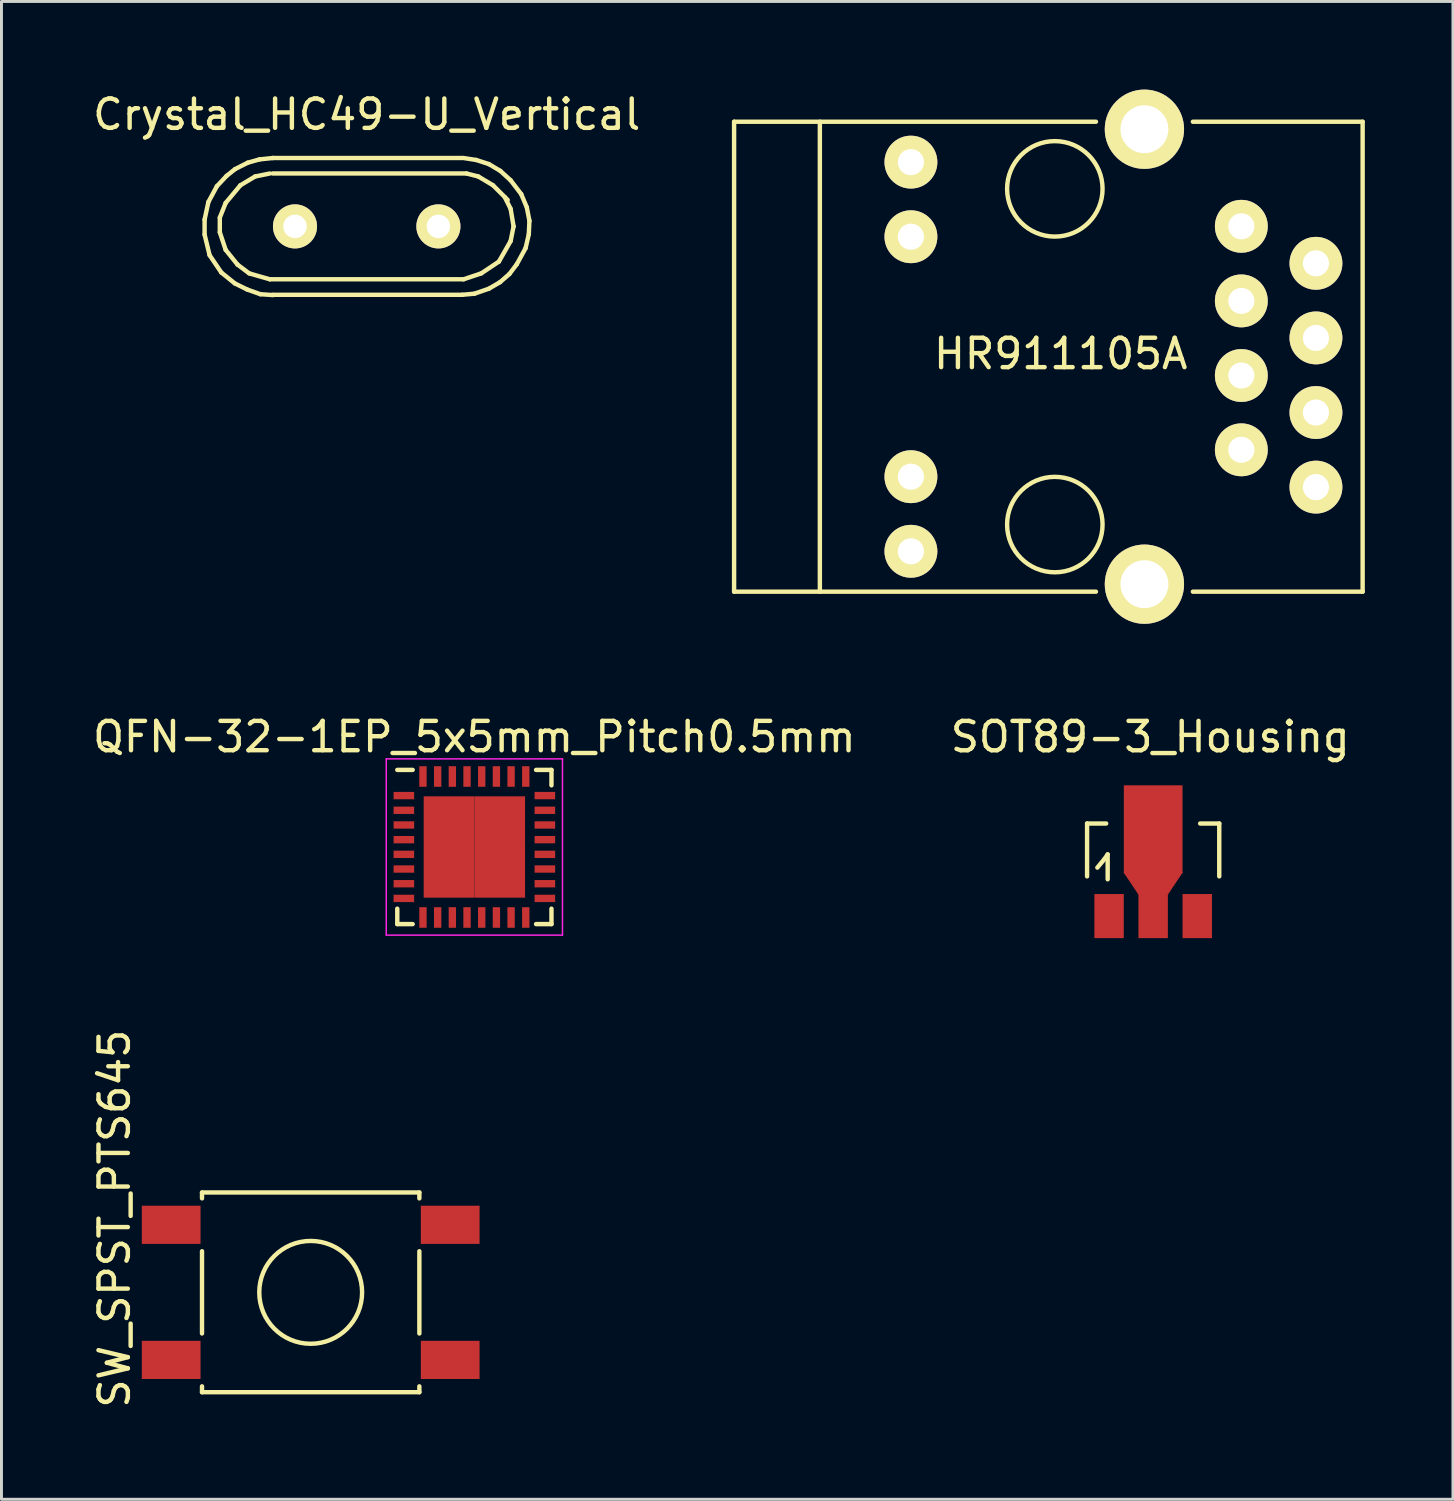
<source format=kicad_pcb>
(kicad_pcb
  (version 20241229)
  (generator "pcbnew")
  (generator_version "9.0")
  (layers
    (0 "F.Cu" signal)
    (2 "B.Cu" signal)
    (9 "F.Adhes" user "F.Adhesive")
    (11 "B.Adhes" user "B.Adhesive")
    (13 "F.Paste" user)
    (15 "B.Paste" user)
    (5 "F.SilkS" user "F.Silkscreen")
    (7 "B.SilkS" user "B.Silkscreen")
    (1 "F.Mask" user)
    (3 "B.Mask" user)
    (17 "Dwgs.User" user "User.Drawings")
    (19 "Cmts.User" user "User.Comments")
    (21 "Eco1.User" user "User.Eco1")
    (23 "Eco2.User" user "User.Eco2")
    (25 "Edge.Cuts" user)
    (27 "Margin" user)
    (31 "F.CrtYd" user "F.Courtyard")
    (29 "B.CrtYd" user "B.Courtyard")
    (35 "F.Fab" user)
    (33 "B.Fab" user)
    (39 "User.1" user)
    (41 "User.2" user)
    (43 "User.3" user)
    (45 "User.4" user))
  (footprint "HR911105A"
    (layer "F.Cu")
    (at 32.864 9.095)
    (property "Reference" "HR911105A" (at 0.2 -0.1 0) (layer "F.SilkS") (effects (font (size 1 1) (thickness 0.15))))
    (attr through_hole)
    (fp_line (start -10.92 -8) (end -10.92 8) (stroke (width 0.15) (type solid)) (layer "F.SilkS"))
    (fp_line (start -10.92 -8) (end 1.4 -8) (stroke (width 0.15) (type solid)) (layer "F.SilkS"))
    (fp_line (start -10.92 8) (end 1.4 8) (stroke (width 0.15) (type solid)) (layer "F.SilkS"))
    (fp_line (start -8 -8) (end -8 8) (stroke (width 0.15) (type solid)) (layer "F.SilkS"))
    (fp_line (start 10.48 -8) (end 4.7 -8) (stroke (width 0.15) (type solid)) (layer "F.SilkS"))
    (fp_line (start 10.48 -8) (end 10.48 8) (stroke (width 0.15) (type solid)) (layer "F.SilkS"))
    (fp_line (start 10.48 8) (end 4.7 8) (stroke (width 0.15) (type solid)) (layer "F.SilkS"))
    (fp_circle (center 0 -5.715) (end 1.625 -5.715) (stroke (width 0.15) (type solid)) (fill no) (layer "F.SilkS"))
    (fp_circle (center 0 5.715) (end 1.625 5.715) (stroke (width 0.15) (type solid)) (fill no) (layer "F.SilkS"))
    (pad "1" thru_hole circle (at 6.35 -4.44) (size 1.8 1.8) (drill 0.89) (layers "*.Cu" "*.Mask" "F.SilkS"))
    (pad "2" thru_hole circle (at 8.89 -3.18) (size 1.8 1.8) (drill 0.89) (layers "*.Cu" "*.Mask" "F.SilkS"))
    (pad "3" thru_hole circle (at 6.35 -1.9) (size 1.8 1.8) (drill 0.89) (layers "*.Cu" "*.Mask" "F.SilkS"))
    (pad "4" thru_hole circle (at 8.89 -0.64) (size 1.8 1.8) (drill 0.89) (layers "*.Cu" "*.Mask" "F.SilkS"))
    (pad "5" thru_hole circle (at 6.35 0.64) (size 1.8 1.8) (drill 0.89) (layers "*.Cu" "*.Mask" "F.SilkS"))
    (pad "6" thru_hole circle (at 8.89 1.9) (size 1.8 1.8) (drill 0.89) (layers "*.Cu" "*.Mask" "F.SilkS"))
    (pad "7" thru_hole circle (at 6.35 3.17) (size 1.8 1.8) (drill 0.89) (layers "*.Cu" "*.Mask" "F.SilkS"))
    (pad "8" thru_hole circle (at 8.89 4.44) (size 1.8 1.8) (drill 0.89) (layers "*.Cu" "*.Mask" "F.SilkS"))
    (pad "9" thru_hole circle (at -4.9 -6.625) (size 1.8 1.8) (drill 0.89) (layers "*.Cu" "*.Mask" "F.SilkS"))
    (pad "10" thru_hole circle (at -4.9 -4.085) (size 1.8 1.8) (drill 0.89) (layers "*.Cu" "*.Mask" "F.SilkS"))
    (pad "11" thru_hole circle (at -4.9 4.085) (size 1.8 1.8) (drill 0.89) (layers "*.Cu" "*.Mask" "F.SilkS"))
    (pad "12" thru_hole circle (at -4.9 6.625) (size 1.8 1.8) (drill 0.89) (layers "*.Cu" "*.Mask" "F.SilkS"))
    (pad "13" thru_hole circle (at 3.05 -7.745) (size 2.7 2.7) (drill 1.63) (layers "*.Cu" "*.Mask" "F.SilkS"))
    (pad "13" thru_hole circle (at 3.05 7.745) (size 2.7 2.7) (drill 1.63) (layers "*.Cu" "*.Mask" "F.SilkS")))
  (footprint "QFN-32-1EP_5x5mm_Pitch0.5mm"
    (layer "F.Cu")
    (at 13.101 25.788)
    (property "Reference" "QFN-32-1EP_5x5mm_Pitch0.5mm" (at 0 -3.75 0) (layer "F.SilkS") (effects (font (size 1 1) (thickness 0.15))))
    (attr smd)
    (fp_line (start -2.625 -2.625) (end -2.1 -2.625) (stroke (width 0.15) (type solid)) (layer "F.SilkS"))
    (fp_line (start -2.625 2.625) (end -2.625 2.1) (stroke (width 0.15) (type solid)) (layer "F.SilkS"))
    (fp_line (start -2.625 2.625) (end -2.1 2.625) (stroke (width 0.15) (type solid)) (layer "F.SilkS"))
    (fp_line (start 2.625 -2.625) (end 2.1 -2.625) (stroke (width 0.15) (type solid)) (layer "F.SilkS"))
    (fp_line (start 2.625 -2.625) (end 2.625 -2.1) (stroke (width 0.15) (type solid)) (layer "F.SilkS"))
    (fp_line (start 2.625 2.625) (end 2.1 2.625) (stroke (width 0.15) (type solid)) (layer "F.SilkS"))
    (fp_line (start 2.625 2.625) (end 2.625 2.1) (stroke (width 0.15) (type solid)) (layer "F.SilkS"))
    (fp_line (start -3 -3) (end -3 3) (stroke (width 0.05) (type solid)) (layer "F.CrtYd"))
    (fp_line (start -3 -3) (end 3 -3) (stroke (width 0.05) (type solid)) (layer "F.CrtYd"))
    (fp_line (start -3 3) (end 3 3) (stroke (width 0.05) (type solid)) (layer "F.CrtYd"))
    (fp_line (start 3 -3) (end 3 3) (stroke (width 0.05) (type solid)) (layer "F.CrtYd"))
    (pad "1" smd rect (at -2.4 -1.75) (size 0.7 0.25) (layers "F.Cu" "F.Mask" "F.Paste"))
    (pad "2" smd rect (at -2.4 -1.25) (size 0.7 0.25) (layers "F.Cu" "F.Mask" "F.Paste"))
    (pad "3" smd rect (at -2.4 -0.75) (size 0.7 0.25) (layers "F.Cu" "F.Mask" "F.Paste"))
    (pad "3" smd rect (at -0.863 -0.863) (size 1.725 1.725) (layers "F.Cu" "F.Mask" "F.Paste"))
    (pad "3" smd rect (at -0.863 0.863) (size 1.725 1.725) (layers "F.Cu" "F.Mask" "F.Paste"))
    (pad "3" smd rect (at 0.863 -0.863) (size 1.725 1.725) (layers "F.Cu" "F.Mask" "F.Paste"))
    (pad "3" smd rect (at 0.863 0.863) (size 1.725 1.725) (layers "F.Cu" "F.Mask" "F.Paste"))
    (pad "4" smd rect (at -2.4 -0.25) (size 0.7 0.25) (layers "F.Cu" "F.Mask" "F.Paste"))
    (pad "5" smd rect (at -2.4 0.25) (size 0.7 0.25) (layers "F.Cu" "F.Mask" "F.Paste"))
    (pad "6" smd rect (at -2.4 0.75) (size 0.7 0.25) (layers "F.Cu" "F.Mask" "F.Paste"))
    (pad "7" smd rect (at -2.4 1.25) (size 0.7 0.25) (layers "F.Cu" "F.Mask" "F.Paste"))
    (pad "8" smd rect (at -2.4 1.75) (size 0.7 0.25) (layers "F.Cu" "F.Mask" "F.Paste"))
    (pad "9" smd rect (at -1.75 2.4 90) (size 0.7 0.25) (layers "F.Cu" "F.Mask" "F.Paste"))
    (pad "10" smd rect (at -1.25 2.4 90) (size 0.7 0.25) (layers "F.Cu" "F.Mask" "F.Paste"))
    (pad "11" smd rect (at -0.75 2.4 90) (size 0.7 0.25) (layers "F.Cu" "F.Mask" "F.Paste"))
    (pad "12" smd rect (at -0.25 2.4 90) (size 0.7 0.25) (layers "F.Cu" "F.Mask" "F.Paste"))
    (pad "13" smd rect (at 0.25 2.4 90) (size 0.7 0.25) (layers "F.Cu" "F.Mask" "F.Paste"))
    (pad "14" smd rect (at 0.75 2.4 90) (size 0.7 0.25) (layers "F.Cu" "F.Mask" "F.Paste"))
    (pad "15" smd rect (at 1.25 2.4 90) (size 0.7 0.25) (layers "F.Cu" "F.Mask" "F.Paste"))
    (pad "16" smd rect (at 1.75 2.4 90) (size 0.7 0.25) (layers "F.Cu" "F.Mask" "F.Paste"))
    (pad "17" smd rect (at 2.4 1.75) (size 0.7 0.25) (layers "F.Cu" "F.Mask" "F.Paste"))
    (pad "18" smd rect (at 2.4 1.25) (size 0.7 0.25) (layers "F.Cu" "F.Mask" "F.Paste"))
    (pad "19" smd rect (at 2.4 0.75) (size 0.7 0.25) (layers "F.Cu" "F.Mask" "F.Paste"))
    (pad "20" smd rect (at 2.4 0.25) (size 0.7 0.25) (layers "F.Cu" "F.Mask" "F.Paste"))
    (pad "21" smd rect (at 2.4 -0.25) (size 0.7 0.25) (layers "F.Cu" "F.Mask" "F.Paste"))
    (pad "22" smd rect (at 2.4 -0.75) (size 0.7 0.25) (layers "F.Cu" "F.Mask" "F.Paste"))
    (pad "23" smd rect (at 2.4 -1.25) (size 0.7 0.25) (layers "F.Cu" "F.Mask" "F.Paste"))
    (pad "24" smd rect (at 2.4 -1.75) (size 0.7 0.25) (layers "F.Cu" "F.Mask" "F.Paste"))
    (pad "25" smd rect (at 1.75 -2.4 90) (size 0.7 0.25) (layers "F.Cu" "F.Mask" "F.Paste"))
    (pad "26" smd rect (at 1.25 -2.4 90) (size 0.7 0.25) (layers "F.Cu" "F.Mask" "F.Paste"))
    (pad "27" smd rect (at 0.75 -2.4 90) (size 0.7 0.25) (layers "F.Cu" "F.Mask" "F.Paste"))
    (pad "28" smd rect (at 0.25 -2.4 90) (size 0.7 0.25) (layers "F.Cu" "F.Mask" "F.Paste"))
    (pad "29" smd rect (at -0.25 -2.4 90) (size 0.7 0.25) (layers "F.Cu" "F.Mask" "F.Paste"))
    (pad "30" smd rect (at -0.75 -2.4 90) (size 0.7 0.25) (layers "F.Cu" "F.Mask" "F.Paste"))
    (pad "31" smd rect (at -1.25 -2.4 90) (size 0.7 0.25) (layers "F.Cu" "F.Mask" "F.Paste"))
    (pad "32" smd rect (at -1.75 -2.4 90) (size 0.7 0.25) (layers "F.Cu" "F.Mask" "F.Paste")))
  (footprint "Crystal_HC49-U_Vertical"
    (layer "F.Cu")
    (at 9.435 4.658)
    (property "Reference" "Crystal_HC49-U_Vertical" (at 0 -3.81 0) (layer "F.SilkS") (effects (font (size 1 1) (thickness 0.15))))
    (attr through_hole)
    (fp_line (start -5.519 -0.231) (end -5.519 0.279) (stroke (width 0.15) (type solid)) (layer "F.SilkS"))
    (fp_line (start -5.519 0.279) (end -5.349 0.98) (stroke (width 0.15) (type solid)) (layer "F.SilkS"))
    (fp_line (start -5.39 -0.831) (end -5.519 -0.231) (stroke (width 0.15) (type solid)) (layer "F.SilkS"))
    (fp_line (start -5.349 0.98) (end -4.95 1.57) (stroke (width 0.15) (type solid)) (layer "F.SilkS"))
    (fp_line (start -5.1 -1.369) (end -5.39 -0.831) (stroke (width 0.15) (type solid)) (layer "F.SilkS"))
    (fp_line (start -5.001 -0.3) (end -4.801 -0.8) (stroke (width 0.15) (type solid)) (layer "F.SilkS"))
    (fp_line (start -5.001 0.201) (end -5.001 -0.3) (stroke (width 0.15) (type solid)) (layer "F.SilkS"))
    (fp_line (start -4.95 1.57) (end -4.491 1.941) (stroke (width 0.15) (type solid)) (layer "F.SilkS"))
    (fp_line (start -4.801 -0.8) (end -4.3 -1.4) (stroke (width 0.15) (type solid)) (layer "F.SilkS"))
    (fp_line (start -4.801 0.8) (end -5.001 0.201) (stroke (width 0.15) (type solid)) (layer "F.SilkS"))
    (fp_line (start -4.77 -1.72) (end -5.1 -1.369) (stroke (width 0.15) (type solid)) (layer "F.SilkS"))
    (fp_line (start -4.491 1.941) (end -4.069 2.149) (stroke (width 0.15) (type solid)) (layer "F.SilkS"))
    (fp_line (start -4.481 -1.951) (end -4.77 -1.72) (stroke (width 0.15) (type solid)) (layer "F.SilkS"))
    (fp_line (start -4.399 1.3) (end -4.801 0.8) (stroke (width 0.15) (type solid)) (layer "F.SilkS"))
    (fp_line (start -4.3 -1.4) (end -3.8 -1.699) (stroke (width 0.15) (type solid)) (layer "F.SilkS"))
    (fp_line (start -4.069 2.149) (end -3.619 2.309) (stroke (width 0.15) (type solid)) (layer "F.SilkS"))
    (fp_line (start -4.049 -2.169) (end -4.481 -1.951) (stroke (width 0.15) (type solid)) (layer "F.SilkS"))
    (fp_line (start -4 1.6) (end -4.399 1.3) (stroke (width 0.15) (type solid)) (layer "F.SilkS"))
    (fp_line (start -3.8 -1.699) (end -3.299 -1.801) (stroke (width 0.15) (type solid)) (layer "F.SilkS"))
    (fp_line (start -3.65 -2.281) (end -4.049 -2.169) (stroke (width 0.15) (type solid)) (layer "F.SilkS"))
    (fp_line (start -3.619 2.309) (end -3.18 2.339) (stroke (width 0.15) (type solid)) (layer "F.SilkS"))
    (fp_line (start -3.299 1.801) (end -4 1.6) (stroke (width 0.15) (type solid)) (layer "F.SilkS"))
    (fp_line (start -3.2 -2.329) (end 3.251 -2.329) (stroke (width 0.15) (type solid)) (layer "F.SilkS"))
    (fp_line (start -3.2 -1.801) (end 3.401 -1.801) (stroke (width 0.15) (type solid)) (layer "F.SilkS"))
    (fp_line (start -3.2 2.329) (end 3.251 2.329) (stroke (width 0.15) (type solid)) (layer "F.SilkS"))
    (fp_line (start -3.19 -2.329) (end -3.65 -2.281) (stroke (width 0.15) (type solid)) (layer "F.SilkS"))
    (fp_line (start 3.251 2.329) (end 3.67 2.291) (stroke (width 0.15) (type solid)) (layer "F.SilkS"))
    (fp_line (start 3.299 1.801) (end -3.299 1.801) (stroke (width 0.15) (type solid)) (layer "F.SilkS"))
    (fp_line (start 3.401 -1.801) (end 3.8 -1.699) (stroke (width 0.15) (type solid)) (layer "F.SilkS"))
    (fp_line (start 3.67 2.291) (end 4.161 2.121) (stroke (width 0.15) (type solid)) (layer "F.SilkS"))
    (fp_line (start 3.731 -2.261) (end 3.289 -2.329) (stroke (width 0.15) (type solid)) (layer "F.SilkS"))
    (fp_line (start 3.8 -1.699) (end 4.3 -1.4) (stroke (width 0.15) (type solid)) (layer "F.SilkS"))
    (fp_line (start 3.899 1.6) (end 3.299 1.801) (stroke (width 0.15) (type solid)) (layer "F.SilkS"))
    (fp_line (start 4.161 -2.121) (end 3.731 -2.261) (stroke (width 0.15) (type solid)) (layer "F.SilkS"))
    (fp_line (start 4.161 2.121) (end 4.539 1.9) (stroke (width 0.15) (type solid)) (layer "F.SilkS"))
    (fp_line (start 4.3 -1.4) (end 4.801 -0.899) (stroke (width 0.15) (type solid)) (layer "F.SilkS"))
    (fp_line (start 4.501 1.199) (end 3.899 1.6) (stroke (width 0.15) (type solid)) (layer "F.SilkS"))
    (fp_line (start 4.539 1.9) (end 4.859 1.621) (stroke (width 0.15) (type solid)) (layer "F.SilkS"))
    (fp_line (start 4.549 -1.89) (end 4.161 -2.121) (stroke (width 0.15) (type solid)) (layer "F.SilkS"))
    (fp_line (start 4.699 -1.001) (end 4.9 -0.599) (stroke (width 0.15) (type solid)) (layer "F.SilkS"))
    (fp_line (start 4.859 1.621) (end 5.11 1.29) (stroke (width 0.15) (type solid)) (layer "F.SilkS"))
    (fp_line (start 4.9 -1.57) (end 4.549 -1.89) (stroke (width 0.15) (type solid)) (layer "F.SilkS"))
    (fp_line (start 4.9 -0.599) (end 5.001 0) (stroke (width 0.15) (type solid)) (layer "F.SilkS"))
    (fp_line (start 4.9 0.5) (end 4.501 1.199) (stroke (width 0.15) (type solid)) (layer "F.SilkS"))
    (fp_line (start 5.001 0) (end 4.9 0.5) (stroke (width 0.15) (type solid)) (layer "F.SilkS"))
    (fp_line (start 5.11 1.29) (end 5.41 0.739) (stroke (width 0.15) (type solid)) (layer "F.SilkS"))
    (fp_line (start 5.26 -1.1) (end 4.9 -1.57) (stroke (width 0.15) (type solid)) (layer "F.SilkS"))
    (fp_line (start 5.41 0.739) (end 5.519 0.269) (stroke (width 0.15) (type solid)) (layer "F.SilkS"))
    (fp_line (start 5.451 -0.65) (end 5.26 -1.1) (stroke (width 0.15) (type solid)) (layer "F.SilkS"))
    (fp_line (start 5.519 0.269) (end 5.54 -0.191) (stroke (width 0.15) (type solid)) (layer "F.SilkS"))
    (fp_line (start 5.54 -0.191) (end 5.451 -0.65) (stroke (width 0.15) (type solid)) (layer "F.SilkS"))
    (pad "1" thru_hole circle (at -2.441 0) (size 1.501 1.501) (drill 0.8) (layers "*.Cu" "*.Mask" "F.SilkS"))
    (pad "2" thru_hole circle (at 2.441 0) (size 1.501 1.501) (drill 0.8) (layers "*.Cu" "*.Mask" "F.SilkS")))
  (footprint "SOT89-3_Housing"
    (layer "F.Cu")
    (at 36.212 26.288)
    (property "Reference" "SOT89-3_Housing" (at -0.099 -4.249 0) (layer "F.SilkS") (effects (font (size 1 1) (thickness 0.15))))
    (attr smd)
    (fp_line (start -2.25 -1.3) (end -2.25 0.5) (stroke (width 0.15) (type solid)) (layer "F.SilkS"))
    (fp_line (start -2.25 -1.3) (end -1.6 -1.3) (stroke (width 0.15) (type solid)) (layer "F.SilkS"))
    (fp_line (start -1.9 0.201) (end -1.651 -0.099) (stroke (width 0.15) (type solid)) (layer "F.SilkS"))
    (fp_line (start -1.651 -0.099) (end -1.549 -0.249) (stroke (width 0.15) (type solid)) (layer "F.SilkS"))
    (fp_line (start -1.549 -0.249) (end -1.549 0.599) (stroke (width 0.15) (type solid)) (layer "F.SilkS"))
    (fp_line (start 2.25 -1.3) (end 1.6 -1.3) (stroke (width 0.15) (type solid)) (layer "F.SilkS"))
    (fp_line (start 2.25 -1.3) (end 2.25 0.5) (stroke (width 0.15) (type solid)) (layer "F.SilkS"))
    (pad "1" smd rect (at -1.501 1.852) (size 1.001 1.501) (layers "F.Cu" "F.Mask" "F.Paste"))
    (pad "2" smd rect (at 0 -1.1) (size 1.999 3) (layers "F.Cu" "F.Mask" "F.Paste"))
    (pad "2" smd trapezoid (at 0 0.749 180) (size 1.501 0.749) (rect_delta 0 0.5) (layers "F.Cu" "F.Mask" "F.Paste"))
    (pad "2" smd rect (at 0 1.852) (size 1.001 1.501) (layers "F.Cu" "F.Mask" "F.Paste"))
    (pad "3" smd rect (at 1.501 1.852) (size 1.001 1.501) (layers "F.Cu" "F.Mask" "F.Paste")))
  (footprint "SW_SPST_PTS645"
    (layer "F.Cu")
    (at 7.528 40.951)
    (property "Reference" "SW_SPST_PTS645" (at -6.68 -2.508 90) (layer "F.SilkS") (effects (font (size 1 1) (thickness 0.15))))
    (attr through_hole)
    (fp_line (start -3.7 -3.4) (end 3.7 -3.4) (stroke (width 0.15) (type solid)) (layer "F.SilkS"))
    (fp_line (start -3.7 -3.2) (end -3.7 -3.4) (stroke (width 0.15) (type solid)) (layer "F.SilkS"))
    (fp_line (start -3.7 -1.4) (end -3.7 1.4) (stroke (width 0.15) (type solid)) (layer "F.SilkS"))
    (fp_line (start -3.7 3.2) (end -3.7 3.4) (stroke (width 0.15) (type solid)) (layer "F.SilkS"))
    (fp_line (start -3.7 3.4) (end 3.7 3.4) (stroke (width 0.15) (type solid)) (layer "F.SilkS"))
    (fp_line (start 3.7 -3.4) (end 3.7 -3.2) (stroke (width 0.15) (type solid)) (layer "F.SilkS"))
    (fp_line (start 3.7 -1.4) (end 3.7 1.4) (stroke (width 0.15) (type solid)) (layer "F.SilkS"))
    (fp_line (start 3.7 3.2) (end 3.7 3.4) (stroke (width 0.15) (type solid)) (layer "F.SilkS"))
    (fp_circle (center 0 0) (end 1.75 -0.05) (stroke (width 0.15) (type solid)) (fill no) (layer "F.SilkS"))
    (pad "1" smd rect (at -4.75 -2.3) (size 2 1.3) (layers "F.Cu" "F.Mask" "F.Paste"))
    (pad "1" smd rect (at 4.75 -2.3) (size 2 1.3) (layers "F.Cu" "F.Mask" "F.Paste"))
    (pad "2" smd rect (at -4.75 2.3) (size 2 1.3) (layers "F.Cu" "F.Mask" "F.Paste"))
    (pad "2" smd rect (at 4.75 2.3) (size 2 1.3) (layers "F.Cu" "F.Mask" "F.Paste")))
  (gr_rect
    (start -3 -3)
    (end 46.419 47.997)
    (stroke (width 0.1) (type default))
    (fill no)
    (layer "Edge.Cuts")))
</source>
